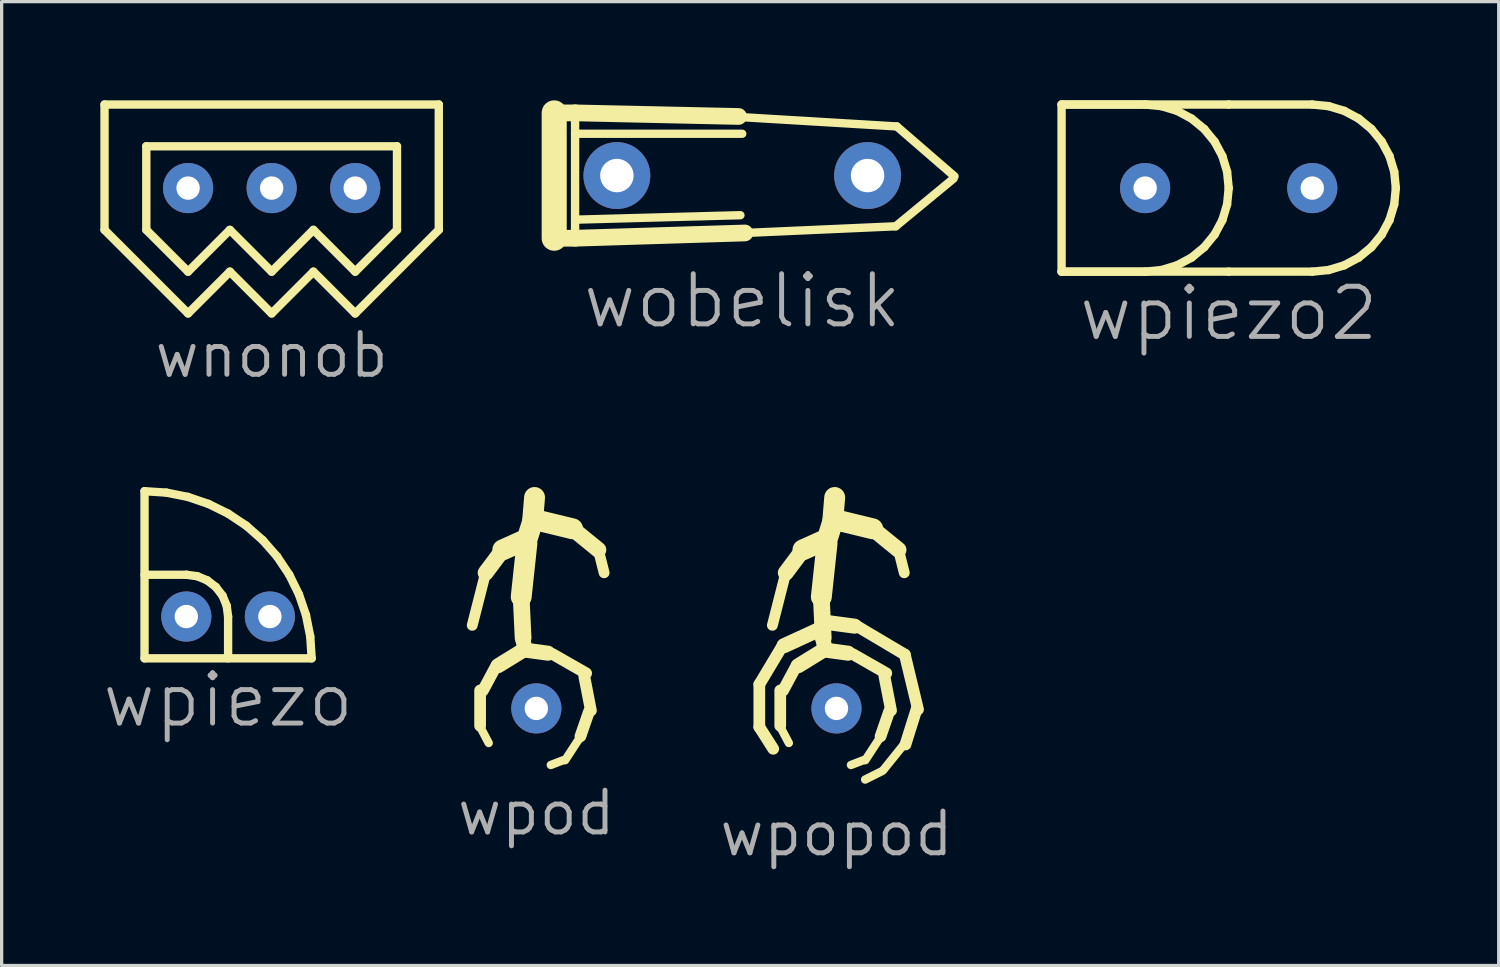
<source format=kicad_pcb>
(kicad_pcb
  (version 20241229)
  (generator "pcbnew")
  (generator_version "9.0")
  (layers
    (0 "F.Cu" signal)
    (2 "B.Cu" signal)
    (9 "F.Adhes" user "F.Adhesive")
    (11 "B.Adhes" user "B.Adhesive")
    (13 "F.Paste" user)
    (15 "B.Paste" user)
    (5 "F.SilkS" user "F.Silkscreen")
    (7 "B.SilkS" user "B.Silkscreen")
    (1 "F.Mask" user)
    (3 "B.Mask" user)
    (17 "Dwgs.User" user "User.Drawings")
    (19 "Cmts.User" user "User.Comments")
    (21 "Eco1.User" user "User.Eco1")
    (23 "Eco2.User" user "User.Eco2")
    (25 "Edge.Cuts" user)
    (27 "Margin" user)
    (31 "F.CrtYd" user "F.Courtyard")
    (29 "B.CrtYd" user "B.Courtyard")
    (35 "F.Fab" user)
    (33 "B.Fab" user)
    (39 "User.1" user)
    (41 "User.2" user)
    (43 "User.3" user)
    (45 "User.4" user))
  (footprint "wpiezo2"
    (layer "F.Cu")
    (at 31.757 2.667)
    (property "Reference" "wpiezo2" (at 2.54 3.81 0) (layer "F.Fab") (effects (font (size 1.524 1.524) (thickness 0.15))))
    (attr through_hole)
    (fp_line (start -2.54 -2.54) (end 0 -2.54) (stroke (width 0.254) (type default)) (layer "F.SilkS"))
    (fp_line (start -2.54 -2.54) (end 2.54 -2.54) (stroke (width 0.254) (type default)) (layer "F.SilkS"))
    (fp_line (start -2.54 2.54) (end -2.54 -2.54) (stroke (width 0.254) (type default)) (layer "F.SilkS"))
    (fp_line (start 0 -2.54) (end 0.496 -2.491) (stroke (width 0.254) (type default)) (layer "F.SilkS"))
    (fp_line (start 0 2.54) (end -2.54 2.54) (stroke (width 0.254) (type default)) (layer "F.SilkS"))
    (fp_line (start 0.496 -2.491) (end 0.972 -2.347) (stroke (width 0.254) (type default)) (layer "F.SilkS"))
    (fp_line (start 0.496 2.491) (end 0 2.54) (stroke (width 0.254) (type default)) (layer "F.SilkS"))
    (fp_line (start 0.972 -2.347) (end 1.411 -2.112) (stroke (width 0.254) (type default)) (layer "F.SilkS"))
    (fp_line (start 0.972 2.347) (end 0.496 2.491) (stroke (width 0.254) (type default)) (layer "F.SilkS"))
    (fp_line (start 1.411 -2.112) (end 1.796 -1.796) (stroke (width 0.254) (type default)) (layer "F.SilkS"))
    (fp_line (start 1.411 2.112) (end 0.972 2.347) (stroke (width 0.254) (type default)) (layer "F.SilkS"))
    (fp_line (start 1.796 -1.796) (end 2.112 -1.411) (stroke (width 0.254) (type default)) (layer "F.SilkS"))
    (fp_line (start 1.796 1.796) (end 1.411 2.112) (stroke (width 0.254) (type default)) (layer "F.SilkS"))
    (fp_line (start 2.112 -1.411) (end 2.347 -0.972) (stroke (width 0.254) (type default)) (layer "F.SilkS"))
    (fp_line (start 2.112 1.411) (end 1.796 1.796) (stroke (width 0.254) (type default)) (layer "F.SilkS"))
    (fp_line (start 2.347 -0.972) (end 2.491 -0.496) (stroke (width 0.254) (type default)) (layer "F.SilkS"))
    (fp_line (start 2.347 0.972) (end 2.112 1.411) (stroke (width 0.254) (type default)) (layer "F.SilkS"))
    (fp_line (start 2.491 -0.496) (end 2.54 0) (stroke (width 0.254) (type default)) (layer "F.SilkS"))
    (fp_line (start 2.491 0.496) (end 2.347 0.972) (stroke (width 0.254) (type default)) (layer "F.SilkS"))
    (fp_line (start 2.54 -2.54) (end 5.08 -2.54) (stroke (width 0.254) (type default)) (layer "F.SilkS"))
    (fp_line (start 2.54 0) (end 2.491 0.496) (stroke (width 0.254) (type default)) (layer "F.SilkS"))
    (fp_line (start 2.54 2.54) (end -2.54 2.54) (stroke (width 0.254) (type default)) (layer "F.SilkS"))
    (fp_line (start 5.08 -2.54) (end 5.576 -2.491) (stroke (width 0.254) (type default)) (layer "F.SilkS"))
    (fp_line (start 5.08 2.54) (end 2.54 2.54) (stroke (width 0.254) (type default)) (layer "F.SilkS"))
    (fp_line (start 5.576 -2.491) (end 6.052 -2.347) (stroke (width 0.254) (type default)) (layer "F.SilkS"))
    (fp_line (start 5.576 2.491) (end 5.08 2.54) (stroke (width 0.254) (type default)) (layer "F.SilkS"))
    (fp_line (start 6.052 -2.347) (end 6.491 -2.112) (stroke (width 0.254) (type default)) (layer "F.SilkS"))
    (fp_line (start 6.052 2.347) (end 5.576 2.491) (stroke (width 0.254) (type default)) (layer "F.SilkS"))
    (fp_line (start 6.491 -2.112) (end 6.876 -1.796) (stroke (width 0.254) (type default)) (layer "F.SilkS"))
    (fp_line (start 6.491 2.112) (end 6.052 2.347) (stroke (width 0.254) (type default)) (layer "F.SilkS"))
    (fp_line (start 6.876 -1.796) (end 7.192 -1.411) (stroke (width 0.254) (type default)) (layer "F.SilkS"))
    (fp_line (start 6.876 1.796) (end 6.491 2.112) (stroke (width 0.254) (type default)) (layer "F.SilkS"))
    (fp_line (start 7.192 -1.411) (end 7.427 -0.972) (stroke (width 0.254) (type default)) (layer "F.SilkS"))
    (fp_line (start 7.192 1.411) (end 6.876 1.796) (stroke (width 0.254) (type default)) (layer "F.SilkS"))
    (fp_line (start 7.427 -0.972) (end 7.571 -0.496) (stroke (width 0.254) (type default)) (layer "F.SilkS"))
    (fp_line (start 7.427 0.972) (end 7.192 1.411) (stroke (width 0.254) (type default)) (layer "F.SilkS"))
    (fp_line (start 7.571 -0.496) (end 7.62 0) (stroke (width 0.254) (type default)) (layer "F.SilkS"))
    (fp_line (start 7.571 0.496) (end 7.427 0.972) (stroke (width 0.254) (type default)) (layer "F.SilkS"))
    (fp_line (start 7.62 0) (end 7.571 0.496) (stroke (width 0.254) (type default)) (layer "F.SilkS"))
    (pad "1" thru_hole circle (at 5.08 0) (size 1.524 1.524) (drill 0.711) (layers "*.Cu" "*.Mask"))
    (pad "2" thru_hole circle (at 0 0) (size 1.524 1.524) (drill 0.711) (layers "*.Cu" "*.Mask")))
  (footprint "wpod"
    (layer "F.Cu")
    (at 13.252 18.482)
    (property "Reference" "wpod" (at 0 3.175 0) (layer "F.Fab") (effects (font (size 1.27 1.27) (thickness 0.15))))
    (attr through_hole)
    (fp_line (start -1.709 -0.545) (end -1.709 0.529) (stroke (width 0.356) (type default)) (layer "F.SilkS"))
    (fp_line (start -1.709 0.558) (end -1.448 1.052) (stroke (width 0.254) (type default)) (layer "F.SilkS"))
    (fp_line (start -1.541 -4.123) (end -1.948 -2.526) (stroke (width 0.33) (type default)) (layer "F.SilkS"))
    (fp_line (start -1.216 -1.3) (end -1.622 -0.545) (stroke (width 0.356) (type default)) (layer "F.SilkS"))
    (fp_line (start -1.019 -4.82) (end -1.541 -4.123) (stroke (width 0.483) (type default)) (layer "F.SilkS"))
    (fp_line (start -0.46 -3.362) (end -0.402 -2.142) (stroke (width 0.508) (type default)) (layer "F.SilkS"))
    (fp_line (start -0.438 -5.081) (end -1.019 -4.82) (stroke (width 0.635) (type default)) (layer "F.SilkS"))
    (fp_line (start -0.402 -1.765) (end -1.157 -1.3) (stroke (width 0.457) (type default)) (layer "F.SilkS"))
    (fp_line (start -0.344 -1.794) (end -0.402 -2.055) (stroke (width 0.457) (type default)) (layer "F.SilkS"))
    (fp_line (start -0.286 -5.017) (end -0.46 -3.391) (stroke (width 0.635) (type default)) (layer "F.SilkS"))
    (fp_line (start -0.286 -1.765) (end 0.353 -1.678) (stroke (width 0.457) (type default)) (layer "F.SilkS"))
    (fp_line (start -0.257 -5.221) (end -0.112 -5.685) (stroke (width 0.635) (type default)) (layer "F.SilkS"))
    (fp_line (start -0.112 -5.714) (end -0.054 -6.411) (stroke (width 0.635) (type default)) (layer "F.SilkS"))
    (fp_line (start 0.027 -5.72) (end 1.101 -5.459) (stroke (width 0.635) (type default)) (layer "F.SilkS"))
    (fp_line (start 0.498 -1.649) (end 1.514 -1.068) (stroke (width 0.356) (type default)) (layer "F.SilkS"))
    (fp_line (start 0.817 1.575) (end 0.44 1.72) (stroke (width 0.254) (type default)) (layer "F.SilkS"))
    (fp_line (start 1.101 -5.459) (end 1.885 -4.82) (stroke (width 0.483) (type default)) (layer "F.SilkS"))
    (fp_line (start 1.311 0.907) (end 0.875 1.575) (stroke (width 0.254) (type default)) (layer "F.SilkS"))
    (fp_line (start 1.456 -0.981) (end 1.659 0.065) (stroke (width 0.356) (type default)) (layer "F.SilkS"))
    (fp_line (start 1.601 0.094) (end 1.34 0.849) (stroke (width 0.356) (type default)) (layer "F.SilkS"))
    (fp_line (start 1.885 -4.82) (end 2.06 -4.123) (stroke (width 0.33) (type default)) (layer "F.SilkS"))
    (pad "1" thru_hole circle (at 0 0) (size 1.524 1.524) (drill 0.711) (layers "*.Cu" "*.Mask")))
  (footprint "wnonob"
    (layer "F.Cu")
    (at 2.667 2.667)
    (property "Reference" "wnonob" (at 2.54 5.08 0) (layer "F.Fab") (effects (font (size 1.27 1.27) (thickness 0.15))))
    (attr through_hole)
    (fp_line (start -2.54 -2.54) (end -2.54 1.27) (stroke (width 0.254) (type default)) (layer "F.SilkS"))
    (fp_line (start -2.54 1.27) (end 0 3.81) (stroke (width 0.254) (type default)) (layer "F.SilkS"))
    (fp_line (start -1.27 -1.27) (end -1.27 1.27) (stroke (width 0.254) (type default)) (layer "F.SilkS"))
    (fp_line (start -1.27 1.27) (end 0 2.54) (stroke (width 0.254) (type default)) (layer "F.SilkS"))
    (fp_line (start 0 2.54) (end 1.27 1.27) (stroke (width 0.254) (type default)) (layer "F.SilkS"))
    (fp_line (start 0 3.81) (end 1.27 2.54) (stroke (width 0.254) (type default)) (layer "F.SilkS"))
    (fp_line (start 1.27 1.27) (end 2.54 2.54) (stroke (width 0.254) (type default)) (layer "F.SilkS"))
    (fp_line (start 1.27 2.54) (end 2.54 3.81) (stroke (width 0.254) (type default)) (layer "F.SilkS"))
    (fp_line (start 2.54 2.54) (end 3.81 1.27) (stroke (width 0.254) (type default)) (layer "F.SilkS"))
    (fp_line (start 2.54 3.81) (end 3.81 2.54) (stroke (width 0.254) (type default)) (layer "F.SilkS"))
    (fp_line (start 3.81 1.27) (end 5.08 2.54) (stroke (width 0.254) (type default)) (layer "F.SilkS"))
    (fp_line (start 3.81 2.54) (end 5.08 3.81) (stroke (width 0.254) (type default)) (layer "F.SilkS"))
    (fp_line (start 5.08 2.54) (end 6.35 1.27) (stroke (width 0.254) (type default)) (layer "F.SilkS"))
    (fp_line (start 5.08 3.81) (end 7.62 1.27) (stroke (width 0.254) (type default)) (layer "F.SilkS"))
    (fp_line (start 6.35 -1.27) (end -1.27 -1.27) (stroke (width 0.254) (type default)) (layer "F.SilkS"))
    (fp_line (start 6.35 1.27) (end 6.35 -1.27) (stroke (width 0.254) (type default)) (layer "F.SilkS"))
    (fp_line (start 7.62 -2.54) (end -2.54 -2.54) (stroke (width 0.254) (type default)) (layer "F.SilkS"))
    (fp_line (start 7.62 1.27) (end 7.62 -2.54) (stroke (width 0.254) (type default)) (layer "F.SilkS"))
    (pad "1" thru_hole circle (at 5.08 0) (size 1.524 1.524) (drill 0.711) (layers "*.Cu" "*.Mask"))
    (pad "2" thru_hole circle (at 2.54 0) (size 1.524 1.524) (drill 0.711) (layers "*.Cu" "*.Mask"))
    (pad "3" thru_hole circle (at 0 0) (size 1.524 1.524) (drill 0.711) (layers "*.Cu" "*.Mask")))
  (footprint "wobelisk"
    (layer "F.Cu")
    (at 15.7 2.286)
    (property "Reference" "wobelisk" (at 3.81 3.81 0) (layer "F.Fab") (effects (font (size 1.524 1.524) (thickness 0.15))))
    (attr through_hole)
    (fp_line (start -1.905 -1.905) (end -1.905 1.905) (stroke (width 0.762) (type default)) (layer "F.SilkS"))
    (fp_line (start -1.905 1.905) (end -1.27 1.905) (stroke (width 0.508) (type default)) (layer "F.SilkS"))
    (fp_line (start -1.27 -1.905) (end -1.905 -1.905) (stroke (width 0.508) (type default)) (layer "F.SilkS"))
    (fp_line (start -1.27 -1.905) (end -1.27 -1.27) (stroke (width 0.254) (type default)) (layer "F.SilkS"))
    (fp_line (start -1.27 -1.27) (end -1.27 1.905) (stroke (width 0.254) (type default)) (layer "F.SilkS"))
    (fp_line (start -1.27 -1.27) (end 3.81 -1.27) (stroke (width 0.254) (type default)) (layer "F.SilkS"))
    (fp_line (start -1.27 1.905) (end 3.89 1.745) (stroke (width 0.508) (type default)) (layer "F.SilkS"))
    (fp_line (start -1.236 1.34) (end 3.755 1.205) (stroke (width 0.254) (type default)) (layer "F.SilkS"))
    (fp_line (start 3.699 -1.796) (end -1.27 -1.905) (stroke (width 0.508) (type default)) (layer "F.SilkS"))
    (fp_line (start 3.811 -1.774) (end 8.509 -1.493) (stroke (width 0.254) (type default)) (layer "F.SilkS"))
    (fp_line (start 3.89 1.745) (end 8.476 1.542) (stroke (width 0.254) (type default)) (layer "F.SilkS"))
    (fp_line (start 8.476 1.542) (end 10.234 0.092) (stroke (width 0.254) (type default)) (layer "F.SilkS"))
    (fp_line (start 8.509 -1.493) (end 10.263 0.025) (stroke (width 0.254) (type default)) (layer "F.SilkS"))
    (pad "1" thru_hole circle (at 7.62 0) (size 2.032 2.032) (drill 1.016) (layers "*.Cu" "*.Mask"))
    (pad "2" thru_hole circle (at 0 0) (size 2.032 2.032) (drill 1.016) (layers "*.Cu" "*.Mask")))
  (footprint "wpopod"
    (layer "F.Cu")
    (at 22.375 18.482)
    (property "Reference" "wpopod" (at 0 3.81 0) (layer "F.Fab") (effects (font (size 1.27 1.27) (thickness 0.15))))
    (attr through_hole)
    (fp_line (start -2.345 -0.731) (end -2.345 0.565) (stroke (width 0.356) (type default)) (layer "F.SilkS"))
    (fp_line (start -2.345 0.565) (end -1.923 1.228) (stroke (width 0.356) (type default)) (layer "F.SilkS"))
    (fp_line (start -1.709 -0.545) (end -1.709 0.529) (stroke (width 0.356) (type default)) (layer "F.SilkS"))
    (fp_line (start -1.709 0.558) (end -1.448 1.052) (stroke (width 0.254) (type default)) (layer "F.SilkS"))
    (fp_line (start -1.622 -1.937) (end -2.345 -0.731) (stroke (width 0.356) (type default)) (layer "F.SilkS"))
    (fp_line (start -1.541 -4.123) (end -1.948 -2.526) (stroke (width 0.33) (type default)) (layer "F.SilkS"))
    (fp_line (start -1.216 -1.3) (end -1.622 -0.545) (stroke (width 0.356) (type default)) (layer "F.SilkS"))
    (fp_line (start -1.019 -4.82) (end -1.541 -4.123) (stroke (width 0.483) (type default)) (layer "F.SilkS"))
    (fp_line (start -0.476 -2.42) (end -1.592 -1.907) (stroke (width 0.457) (type default)) (layer "F.SilkS"))
    (fp_line (start -0.46 -3.362) (end -0.402 -2.142) (stroke (width 0.508) (type default)) (layer "F.SilkS"))
    (fp_line (start -0.438 -5.081) (end -1.019 -4.82) (stroke (width 0.635) (type default)) (layer "F.SilkS"))
    (fp_line (start -0.402 -1.765) (end -1.157 -1.3) (stroke (width 0.457) (type default)) (layer "F.SilkS"))
    (fp_line (start -0.356 -2.621) (end 0.549 -2.5) (stroke (width 0.457) (type default)) (layer "F.SilkS"))
    (fp_line (start -0.344 -1.794) (end -0.402 -2.055) (stroke (width 0.457) (type default)) (layer "F.SilkS"))
    (fp_line (start -0.286 -5.017) (end -0.46 -3.391) (stroke (width 0.635) (type default)) (layer "F.SilkS"))
    (fp_line (start -0.286 -1.765) (end 0.353 -1.678) (stroke (width 0.457) (type default)) (layer "F.SilkS"))
    (fp_line (start -0.257 -5.221) (end -0.112 -5.685) (stroke (width 0.635) (type default)) (layer "F.SilkS"))
    (fp_line (start -0.112 -5.714) (end -0.054 -6.411) (stroke (width 0.635) (type default)) (layer "F.SilkS"))
    (fp_line (start 0.027 -5.72) (end 1.101 -5.459) (stroke (width 0.635) (type default)) (layer "F.SilkS"))
    (fp_line (start 0.498 -1.649) (end 1.514 -1.068) (stroke (width 0.356) (type default)) (layer "F.SilkS"))
    (fp_line (start 0.589 -2.52) (end 2.077 -1.636) (stroke (width 0.356) (type default)) (layer "F.SilkS"))
    (fp_line (start 0.817 1.575) (end 0.44 1.72) (stroke (width 0.254) (type default)) (layer "F.SilkS"))
    (fp_line (start 1.101 -5.459) (end 1.885 -4.82) (stroke (width 0.483) (type default)) (layer "F.SilkS"))
    (fp_line (start 1.311 0.907) (end 0.875 1.575) (stroke (width 0.254) (type default)) (layer "F.SilkS"))
    (fp_line (start 1.393 1.902) (end 0.871 2.163) (stroke (width 0.254) (type default)) (layer "F.SilkS"))
    (fp_line (start 1.456 -0.981) (end 1.659 0.065) (stroke (width 0.356) (type default)) (layer "F.SilkS"))
    (fp_line (start 1.601 0.094) (end 1.34 0.849) (stroke (width 0.356) (type default)) (layer "F.SilkS"))
    (fp_line (start 1.885 -4.82) (end 2.06 -4.123) (stroke (width 0.33) (type default)) (layer "F.SilkS"))
    (fp_line (start 2.077 -1.636) (end 2.479 0.032) (stroke (width 0.356) (type default)) (layer "F.SilkS"))
    (fp_line (start 2.097 1.037) (end 1.433 1.862) (stroke (width 0.254) (type default)) (layer "F.SilkS"))
    (fp_line (start 2.438 0.012) (end 2.097 1.098) (stroke (width 0.356) (type default)) (layer "F.SilkS"))
    (pad "1" thru_hole circle (at 0 0) (size 1.524 1.524) (drill 0.711) (layers "*.Cu" "*.Mask")))
  (footprint "wpiezo"
    (layer "F.Cu")
    (at 2.613 15.69)
    (property "Reference" "wpiezo" (at 1.27 2.54 0) (layer "F.Fab") (effects (font (size 1.524 1.524) (thickness 0.15))))
    (attr through_hole)
    (fp_line (start -1.27 -3.81) (end -0.607 -3.767) (stroke (width 0.254) (type default)) (layer "F.SilkS"))
    (fp_line (start -1.27 -1.27) (end 0 -1.27) (stroke (width 0.254) (type default)) (layer "F.SilkS"))
    (fp_line (start -1.27 1.27) (end -1.27 -3.81) (stroke (width 0.254) (type default)) (layer "F.SilkS"))
    (fp_line (start -0.607 -3.767) (end 0.045 -3.637) (stroke (width 0.254) (type default)) (layer "F.SilkS"))
    (fp_line (start 0 -1.27) (end 0.329 -1.227) (stroke (width 0.254) (type default)) (layer "F.SilkS"))
    (fp_line (start 0.045 -3.637) (end 0.674 -3.423) (stroke (width 0.254) (type default)) (layer "F.SilkS"))
    (fp_line (start 0.329 -1.227) (end 0.635 -1.1) (stroke (width 0.254) (type default)) (layer "F.SilkS"))
    (fp_line (start 0.635 -1.1) (end 0.898 -0.898) (stroke (width 0.254) (type default)) (layer "F.SilkS"))
    (fp_line (start 0.674 -3.423) (end 1.27 -3.129) (stroke (width 0.254) (type default)) (layer "F.SilkS"))
    (fp_line (start 0.898 -0.898) (end 1.1 -0.635) (stroke (width 0.254) (type default)) (layer "F.SilkS"))
    (fp_line (start 1.1 -0.635) (end 1.227 -0.329) (stroke (width 0.254) (type default)) (layer "F.SilkS"))
    (fp_line (start 1.227 -0.329) (end 1.27 0) (stroke (width 0.254) (type default)) (layer "F.SilkS"))
    (fp_line (start 1.27 -3.129) (end 1.823 -2.76) (stroke (width 0.254) (type default)) (layer "F.SilkS"))
    (fp_line (start 1.27 0) (end 1.27 1.27) (stroke (width 0.254) (type default)) (layer "F.SilkS"))
    (fp_line (start 1.823 -2.76) (end 2.322 -2.322) (stroke (width 0.254) (type default)) (layer "F.SilkS"))
    (fp_line (start 2.322 -2.322) (end 2.76 -1.823) (stroke (width 0.254) (type default)) (layer "F.SilkS"))
    (fp_line (start 2.76 -1.823) (end 3.129 -1.27) (stroke (width 0.254) (type default)) (layer "F.SilkS"))
    (fp_line (start 3.129 -1.27) (end 3.423 -0.674) (stroke (width 0.254) (type default)) (layer "F.SilkS"))
    (fp_line (start 3.423 -0.674) (end 3.637 -0.045) (stroke (width 0.254) (type default)) (layer "F.SilkS"))
    (fp_line (start 3.637 -0.045) (end 3.767 0.607) (stroke (width 0.254) (type default)) (layer "F.SilkS"))
    (fp_line (start 3.767 0.607) (end 3.81 1.27) (stroke (width 0.254) (type default)) (layer "F.SilkS"))
    (fp_line (start 3.81 1.27) (end -1.27 1.27) (stroke (width 0.254) (type default)) (layer "F.SilkS"))
    (pad "1" thru_hole circle (at 2.54 0) (size 1.524 1.524) (drill 0.711) (layers "*.Cu" "*.Mask"))
    (pad "2" thru_hole circle (at 0 0) (size 1.524 1.524) (drill 0.711) (layers "*.Cu" "*.Mask")))
  (gr_rect
    (start -3 -3)
    (end 42.504 26.298)
    (stroke (width 0.1) (type default))
    (fill no)
    (layer "Edge.Cuts")))
</source>
